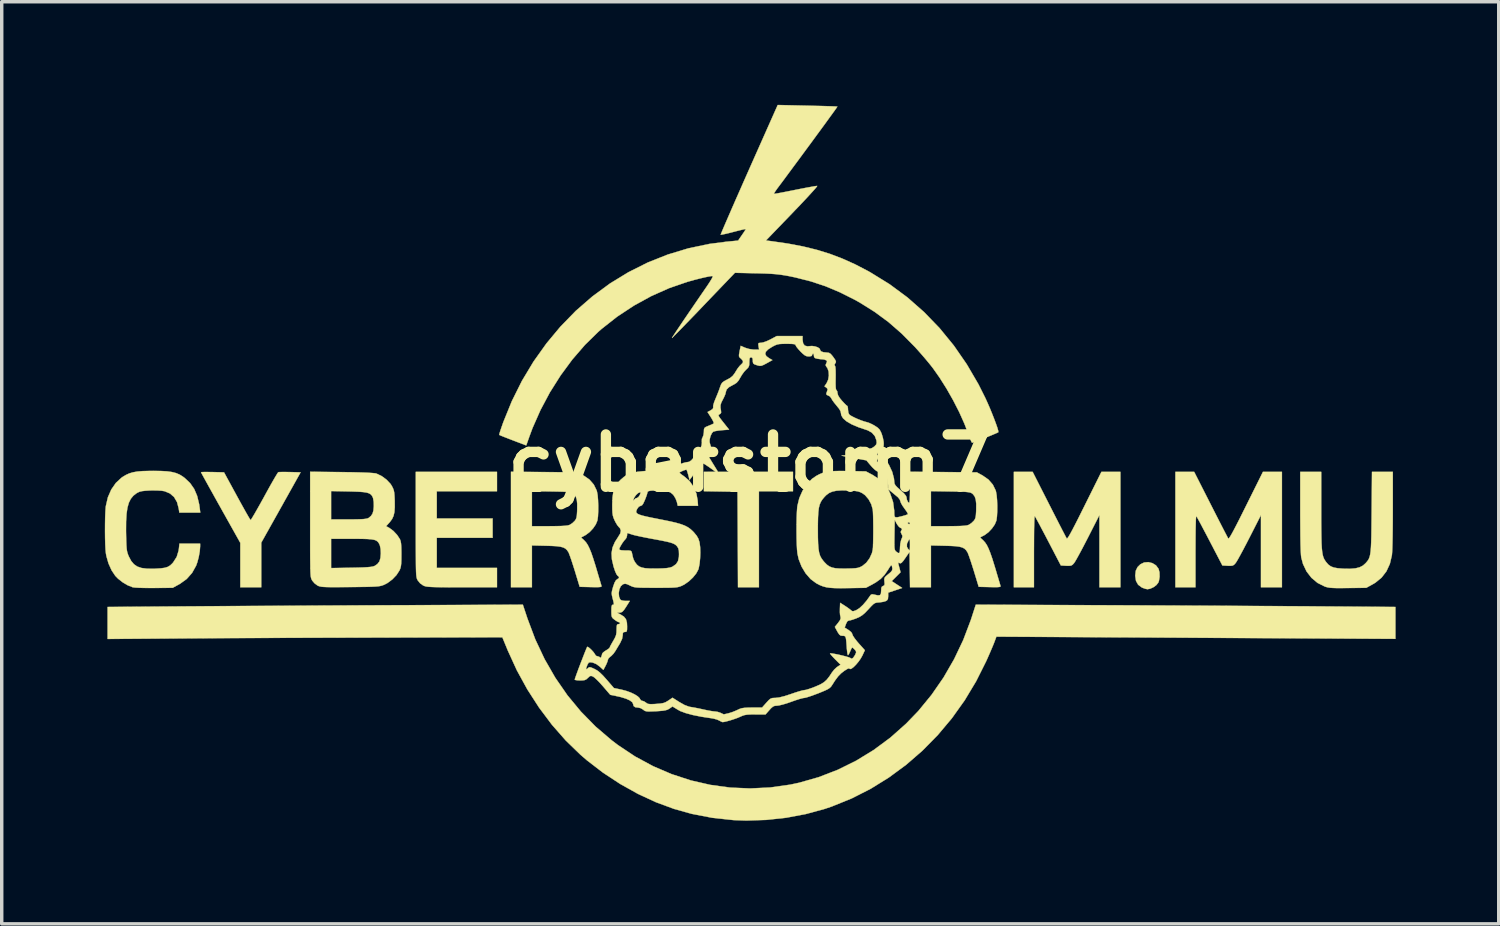
<source format=kicad_pcb>
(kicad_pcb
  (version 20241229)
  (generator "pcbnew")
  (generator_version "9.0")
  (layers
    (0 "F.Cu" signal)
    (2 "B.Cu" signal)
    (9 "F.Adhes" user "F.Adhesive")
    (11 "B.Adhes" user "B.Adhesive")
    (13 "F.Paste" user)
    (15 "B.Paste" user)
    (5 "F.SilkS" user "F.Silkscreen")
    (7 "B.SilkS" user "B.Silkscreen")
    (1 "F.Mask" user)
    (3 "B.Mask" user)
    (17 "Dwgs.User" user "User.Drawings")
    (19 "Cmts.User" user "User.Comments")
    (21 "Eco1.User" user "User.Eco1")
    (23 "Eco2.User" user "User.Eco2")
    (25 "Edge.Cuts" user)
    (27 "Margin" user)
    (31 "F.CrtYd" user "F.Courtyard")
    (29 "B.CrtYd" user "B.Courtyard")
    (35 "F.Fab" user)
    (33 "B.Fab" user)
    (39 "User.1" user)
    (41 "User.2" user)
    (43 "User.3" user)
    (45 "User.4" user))
  (footprint "cyberstorm7"
    (layer "F.Cu")
    (at 18.749 10.423)
    (property "Reference" "cyberstorm7" (at 0 0 0) (layer "F.SilkS") (effects (font (size 1.524 1.524) (thickness 0.3))))
    (attr through_hole)
    (fp_poly (pts (xy 11.727 2.91) (xy 11.83 2.974) (xy 11.903 3.072) (xy 11.906 3.077) (xy 11.932 3.18) (xy 11.935 3.306) (xy 11.916 3.426) (xy 11.898 3.475) (xy 11.842 3.547) (xy 11.755 3.611) (xy 11.657 3.655) (xy 11.582 3.668) (xy 11.52 3.656) (xy 11.44 3.627) (xy 11.413 3.614) (xy 11.311 3.537) (xy 11.249 3.427) (xy 11.227 3.282) (xy 11.227 3.268) (xy 11.243 3.129) (xy 11.295 3.023) (xy 11.377 2.943) (xy 11.487 2.89) (xy 11.608 2.88) (xy 11.727 2.91)) (stroke (width 0.01) (type solid)) (fill yes) (layer "F.SilkS"))
    (fp_poly (pts (xy -7.341 0.818) (xy -9.093 0.818) (xy -9.093 1.609) (xy -7.468 1.609) (xy -7.468 2.173) (xy -9.093 2.173) (xy -9.093 3.048) (xy -7.341 3.048) (xy -7.341 3.612) (xy -8.363 3.612) (xy -8.62 3.612) (xy -8.831 3.611) (xy -9.002 3.609) (xy -9.137 3.607) (xy -9.242 3.603) (xy -9.321 3.598) (xy -9.38 3.592) (xy -9.425 3.583) (xy -9.459 3.572) (xy -9.488 3.559) (xy -9.489 3.559) (xy -9.578 3.495) (xy -9.646 3.411) (xy -9.648 3.408) (xy -9.66 3.385) (xy -9.67 3.362) (xy -9.678 3.331) (xy -9.685 3.29) (xy -9.691 3.233) (xy -9.695 3.156) (xy -9.698 3.053) (xy -9.7 2.921) (xy -9.701 2.754) (xy -9.702 2.548) (xy -9.703 2.297) (xy -9.703 1.998) (xy -9.703 1.782) (xy -9.703 0.254) (xy -7.341 0.254) (xy -7.341 0.818)) (stroke (width 0.01) (type solid)) (fill yes) (layer "F.SilkS"))
    (fp_poly (pts (xy -13.367 0.26) (xy -13.364 0.26) (xy -13.054 0.268) (xy -13.626 1.291) (xy -14.199 2.314) (xy -14.199 3.612) (xy -14.808 3.612) (xy -14.808 2.319) (xy -15.38 1.298) (xy -15.501 1.082) (xy -15.613 0.88) (xy -15.714 0.699) (xy -15.8 0.543) (xy -15.87 0.416) (xy -15.92 0.325) (xy -15.947 0.274) (xy -15.951 0.265) (xy -15.927 0.261) (xy -15.862 0.258) (xy -15.765 0.258) (xy -15.645 0.26) (xy -15.617 0.26) (xy -15.282 0.268) (xy -14.905 0.96) (xy -14.808 1.137) (xy -14.718 1.299) (xy -14.641 1.437) (xy -14.578 1.547) (xy -14.533 1.622) (xy -14.511 1.657) (xy -14.509 1.658) (xy -14.492 1.637) (xy -14.452 1.573) (xy -14.393 1.473) (xy -14.318 1.342) (xy -14.23 1.186) (xy -14.134 1.013) (xy -14.111 0.971) (xy -14.013 0.792) (xy -13.923 0.63) (xy -13.843 0.49) (xy -13.778 0.379) (xy -13.731 0.302) (xy -13.706 0.266) (xy -13.704 0.264) (xy -13.668 0.26) (xy -13.593 0.258) (xy -13.489 0.258) (xy -13.367 0.26)) (stroke (width 0.01) (type solid)) (fill yes) (layer "F.SilkS"))
    (fp_poly (pts (xy 10.795 3.612) (xy 10.185 3.612) (xy 10.185 1.51) (xy 9.849 2.17) (xy 9.756 2.35) (xy 9.668 2.518) (xy 9.588 2.666) (xy 9.522 2.786) (xy 9.472 2.871) (xy 9.444 2.912) (xy 9.401 2.958) (xy 9.359 2.981) (xy 9.3 2.988) (xy 9.219 2.986) (xy 9.063 2.977) (xy 8.696 2.272) (xy 8.601 2.09) (xy 8.513 1.924) (xy 8.437 1.779) (xy 8.374 1.663) (xy 8.33 1.582) (xy 8.306 1.542) (xy 8.305 1.54) (xy 8.298 1.559) (xy 8.292 1.634) (xy 8.288 1.759) (xy 8.284 1.934) (xy 8.282 2.156) (xy 8.281 2.422) (xy 8.28 2.563) (xy 8.28 3.612) (xy 7.696 3.612) (xy 7.696 0.254) (xy 7.969 0.254) (xy 8.242 0.254) (xy 8.723 1.201) (xy 8.831 1.413) (xy 8.932 1.611) (xy 9.023 1.789) (xy 9.101 1.941) (xy 9.164 2.062) (xy 9.208 2.146) (xy 9.23 2.187) (xy 9.231 2.19) (xy 9.243 2.192) (xy 9.263 2.173) (xy 9.294 2.127) (xy 9.337 2.053) (xy 9.395 1.946) (xy 9.47 1.802) (xy 9.564 1.618) (xy 9.678 1.389) (xy 9.751 1.243) (xy 10.243 0.254) (xy 10.795 0.254) (xy 10.795 3.612)) (stroke (width 0.01) (type solid)) (fill yes) (layer "F.SilkS"))
    (fp_poly (pts (xy 15.494 3.612) (xy 14.884 3.612) (xy 14.884 1.51) (xy 14.548 2.17) (xy 14.455 2.35) (xy 14.367 2.518) (xy 14.287 2.666) (xy 14.221 2.786) (xy 14.171 2.871) (xy 14.143 2.912) (xy 14.1 2.958) (xy 14.058 2.981) (xy 13.999 2.988) (xy 13.918 2.986) (xy 13.762 2.977) (xy 13.395 2.272) (xy 13.3 2.09) (xy 13.212 1.924) (xy 13.136 1.779) (xy 13.073 1.663) (xy 13.029 1.582) (xy 13.005 1.542) (xy 13.004 1.54) (xy 12.997 1.559) (xy 12.991 1.634) (xy 12.987 1.759) (xy 12.983 1.934) (xy 12.981 2.156) (xy 12.98 2.422) (xy 12.979 2.563) (xy 12.979 3.612) (xy 12.395 3.612) (xy 12.395 0.254) (xy 12.668 0.254) (xy 12.941 0.254) (xy 13.422 1.201) (xy 13.53 1.413) (xy 13.631 1.611) (xy 13.722 1.789) (xy 13.8 1.941) (xy 13.863 2.062) (xy 13.907 2.146) (xy 13.929 2.187) (xy 13.93 2.19) (xy 13.942 2.192) (xy 13.962 2.173) (xy 13.993 2.127) (xy 14.036 2.053) (xy 14.094 1.946) (xy 14.169 1.802) (xy 14.263 1.618) (xy 14.377 1.389) (xy 14.45 1.243) (xy 14.942 0.254) (xy 15.494 0.254) (xy 15.494 3.612)) (stroke (width 0.01) (type solid)) (fill yes) (layer "F.SilkS"))
    (fp_poly (pts (xy 16.637 1.378) (xy 16.637 1.686) (xy 16.639 1.944) (xy 16.642 2.156) (xy 16.646 2.329) (xy 16.654 2.467) (xy 16.665 2.576) (xy 16.679 2.662) (xy 16.697 2.73) (xy 16.72 2.785) (xy 16.749 2.834) (xy 16.78 2.878) (xy 16.844 2.952) (xy 16.915 3.003) (xy 17.002 3.037) (xy 17.117 3.058) (xy 17.27 3.07) (xy 17.281 3.071) (xy 17.477 3.074) (xy 17.632 3.061) (xy 17.753 3.031) (xy 17.85 2.981) (xy 17.929 2.911) (xy 17.967 2.867) (xy 17.999 2.825) (xy 18.025 2.779) (xy 18.046 2.723) (xy 18.062 2.653) (xy 18.075 2.562) (xy 18.084 2.446) (xy 18.091 2.298) (xy 18.096 2.114) (xy 18.099 1.887) (xy 18.102 1.613) (xy 18.104 1.418) (xy 18.114 0.254) (xy 18.72 0.254) (xy 18.72 1.376) (xy 18.719 1.646) (xy 18.717 1.9) (xy 18.714 2.13) (xy 18.71 2.329) (xy 18.705 2.492) (xy 18.699 2.612) (xy 18.693 2.679) (xy 18.634 2.93) (xy 18.534 3.147) (xy 18.394 3.329) (xy 18.214 3.477) (xy 18.142 3.52) (xy 17.948 3.627) (xy 17.413 3.633) (xy 17.227 3.635) (xy 17.083 3.635) (xy 16.974 3.631) (xy 16.89 3.625) (xy 16.825 3.614) (xy 16.768 3.599) (xy 16.739 3.589) (xy 16.531 3.485) (xy 16.354 3.337) (xy 16.211 3.152) (xy 16.107 2.933) (xy 16.056 2.743) (xy 16.048 2.669) (xy 16.041 2.54) (xy 16.035 2.357) (xy 16.031 2.124) (xy 16.029 1.842) (xy 16.027 1.512) (xy 16.027 1.424) (xy 16.027 0.254) (xy 16.637 0.254) (xy 16.637 1.378)) (stroke (width 0.01) (type solid)) (fill yes) (layer "F.SilkS"))
    (fp_poly (pts (xy -5.962 0.26) (xy -4.99 0.268) (xy -4.82 0.361) (xy -4.651 0.479) (xy -4.525 0.624) (xy -4.443 0.792) (xy -4.432 0.829) (xy -4.413 0.934) (xy -4.401 1.076) (xy -4.395 1.238) (xy -4.396 1.401) (xy -4.403 1.547) (xy -4.418 1.659) (xy -4.422 1.675) (xy -4.468 1.785) (xy -4.548 1.901) (xy -4.649 2.008) (xy -4.757 2.089) (xy -4.778 2.101) (xy -4.896 2.162) (xy -4.803 2.248) (xy -4.749 2.307) (xy -4.699 2.383) (xy -4.65 2.482) (xy -4.597 2.612) (xy -4.54 2.779) (xy -4.473 2.992) (xy -4.444 3.09) (xy -4.399 3.243) (xy -4.359 3.377) (xy -4.327 3.485) (xy -4.306 3.555) (xy -4.299 3.578) (xy -4.304 3.593) (xy -4.336 3.603) (xy -4.401 3.608) (xy -4.506 3.608) (xy -4.611 3.606) (xy -4.935 3.598) (xy -5.077 3.131) (xy -5.127 2.973) (xy -5.174 2.828) (xy -5.216 2.708) (xy -5.248 2.623) (xy -5.264 2.588) (xy -5.305 2.529) (xy -5.352 2.485) (xy -5.414 2.453) (xy -5.497 2.431) (xy -5.611 2.416) (xy -5.761 2.408) (xy -5.899 2.404) (xy -6.325 2.394) (xy -6.325 3.612) (xy -6.934 3.612) (xy -6.934 1.834) (xy -6.325 1.834) (xy -5.816 1.834) (xy -5.619 1.833) (xy -5.468 1.829) (xy -5.356 1.822) (xy -5.278 1.812) (xy -5.228 1.797) (xy -5.225 1.796) (xy -5.149 1.746) (xy -5.081 1.681) (xy -5.08 1.681) (xy -5.049 1.637) (xy -5.029 1.587) (xy -5.017 1.517) (xy -5.01 1.411) (xy -5.008 1.351) (xy -5.007 1.183) (xy -5.02 1.06) (xy -5.05 0.971) (xy -5.1 0.906) (xy -5.127 0.883) (xy -5.155 0.866) (xy -5.192 0.853) (xy -5.245 0.844) (xy -5.322 0.836) (xy -5.429 0.831) (xy -5.573 0.827) (xy -5.759 0.824) (xy -6.325 0.815) (xy -6.325 1.834) (xy -6.934 1.834) (xy -6.934 0.251) (xy -5.962 0.26)) (stroke (width 0.01) (type solid)) (fill yes) (layer "F.SilkS"))
    (fp_poly (pts (xy -17.115 0.229) (xy -16.939 0.239) (xy -16.796 0.259) (xy -16.677 0.29) (xy -16.573 0.334) (xy -16.477 0.394) (xy -16.424 0.434) (xy -16.269 0.581) (xy -16.15 0.751) (xy -16.064 0.953) (xy -16.006 1.194) (xy -15.99 1.305) (xy -15.973 1.439) (xy -16.582 1.439) (xy -16.6 1.319) (xy -16.649 1.134) (xy -16.734 0.988) (xy -16.854 0.883) (xy -17.008 0.818) (xy -17.017 0.816) (xy -17.107 0.802) (xy -17.231 0.795) (xy -17.37 0.794) (xy -17.436 0.795) (xy -17.568 0.803) (xy -17.663 0.814) (xy -17.734 0.83) (xy -17.792 0.856) (xy -17.826 0.875) (xy -17.919 0.947) (xy -17.994 1.038) (xy -18.051 1.152) (xy -18.092 1.297) (xy -18.118 1.478) (xy -18.131 1.7) (xy -18.133 1.971) (xy -18.131 2.075) (xy -18.127 2.253) (xy -18.122 2.386) (xy -18.115 2.483) (xy -18.105 2.556) (xy -18.09 2.616) (xy -18.07 2.673) (xy -18.05 2.719) (xy -17.983 2.846) (xy -17.903 2.941) (xy -17.805 3.009) (xy -17.68 3.051) (xy -17.521 3.071) (xy -17.322 3.072) (xy -17.278 3.071) (xy -17.122 3.061) (xy -17.006 3.045) (xy -16.918 3.018) (xy -16.848 2.976) (xy -16.785 2.916) (xy -16.761 2.888) (xy -16.659 2.729) (xy -16.603 2.545) (xy -16.594 2.482) (xy -16.579 2.342) (xy -15.977 2.342) (xy -15.977 2.422) (xy -15.988 2.563) (xy -16.017 2.727) (xy -16.059 2.886) (xy -16.094 2.983) (xy -16.211 3.193) (xy -16.368 3.37) (xy -16.563 3.511) (xy -16.58 3.52) (xy -16.774 3.627) (xy -17.309 3.632) (xy -17.475 3.632) (xy -17.63 3.63) (xy -17.765 3.626) (xy -17.869 3.62) (xy -17.934 3.612) (xy -17.942 3.61) (xy -18.081 3.555) (xy -18.228 3.469) (xy -18.362 3.364) (xy -18.443 3.282) (xy -18.553 3.117) (xy -18.643 2.917) (xy -18.704 2.704) (xy -18.718 2.625) (xy -18.729 2.515) (xy -18.737 2.361) (xy -18.742 2.179) (xy -18.744 1.979) (xy -18.743 1.777) (xy -18.74 1.585) (xy -18.733 1.417) (xy -18.724 1.286) (xy -18.718 1.242) (xy -18.66 0.993) (xy -18.562 0.769) (xy -18.429 0.577) (xy -18.265 0.425) (xy -18.234 0.403) (xy -18.136 0.344) (xy -18.038 0.299) (xy -17.93 0.267) (xy -17.805 0.245) (xy -17.651 0.232) (xy -17.462 0.227) (xy -17.333 0.226) (xy -17.115 0.229)) (stroke (width 0.01) (type solid)) (fill yes) (layer "F.SilkS"))
    (fp_poly (pts (xy -6.455 4.521) (xy -6.227 5.127) (xy -5.956 5.702) (xy -5.644 6.245) (xy -5.292 6.754) (xy -4.9 7.228) (xy -4.471 7.665) (xy -4.005 8.063) (xy -3.822 8.202) (xy -3.323 8.534) (xy -2.801 8.816) (xy -2.26 9.048) (xy -1.704 9.23) (xy -1.136 9.36) (xy -0.56 9.439) (xy 0.022 9.464) (xy 0.605 9.436) (xy 1.186 9.354) (xy 1.449 9.298) (xy 2.02 9.135) (xy 2.574 8.921) (xy 3.108 8.657) (xy 3.618 8.345) (xy 4.103 7.986) (xy 4.558 7.582) (xy 4.915 7.212) (xy 5.301 6.741) (xy 5.65 6.237) (xy 5.958 5.703) (xy 6.223 5.146) (xy 6.442 4.569) (xy 6.467 4.493) (xy 6.588 4.118) (xy 10.374 4.134) (xy 10.859 4.136) (xy 11.36 4.138) (xy 11.874 4.141) (xy 12.393 4.143) (xy 12.913 4.146) (xy 13.428 4.148) (xy 13.933 4.151) (xy 14.421 4.154) (xy 14.888 4.157) (xy 15.327 4.159) (xy 15.733 4.162) (xy 16.1 4.164) (xy 16.424 4.166) (xy 16.478 4.167) (xy 18.796 4.184) (xy 18.796 5.112) (xy 15.869 5.096) (xy 15.407 5.093) (xy 14.906 5.091) (xy 14.373 5.088) (xy 13.818 5.085) (xy 13.25 5.082) (xy 12.678 5.078) (xy 12.111 5.075) (xy 11.558 5.072) (xy 11.029 5.069) (xy 10.531 5.067) (xy 10.076 5.064) (xy 10.064 5.064) (xy 7.187 5.048) (xy 7.132 5.198) (xy 7.101 5.276) (xy 7.053 5.391) (xy 6.993 5.531) (xy 6.926 5.683) (xy 6.891 5.761) (xy 6.599 6.344) (xy 6.266 6.898) (xy 5.893 7.421) (xy 5.483 7.909) (xy 5.039 8.361) (xy 4.564 8.774) (xy 4.06 9.145) (xy 3.531 9.473) (xy 2.978 9.754) (xy 2.404 9.987) (xy 2.189 10.06) (xy 1.642 10.209) (xy 1.073 10.316) (xy 0.492 10.379) (xy -0.087 10.398) (xy -0.457 10.385) (xy -1.072 10.319) (xy -1.679 10.202) (xy -2.187 10.06) (xy -2.713 9.866) (xy -3.24 9.622) (xy -3.757 9.333) (xy -4.255 9.006) (xy -4.726 8.644) (xy -4.915 8.481) (xy -5.34 8.069) (xy -5.742 7.611) (xy -6.116 7.113) (xy -6.459 6.581) (xy -6.765 6.023) (xy -7.03 5.443) (xy -7.037 5.425) (xy -7.185 5.066) (xy -10.622 5.074) (xy -11.089 5.075) (xy -11.577 5.076) (xy -12.079 5.078) (xy -12.589 5.079) (xy -13.101 5.081) (xy -13.609 5.083) (xy -14.106 5.086) (xy -14.586 5.088) (xy -15.044 5.09) (xy -15.472 5.092) (xy -15.865 5.095) (xy -16.216 5.097) (xy -16.364 5.098) (xy -18.669 5.115) (xy -18.669 4.184) (xy -16.377 4.167) (xy -16.064 4.165) (xy -15.706 4.162) (xy -15.308 4.16) (xy -14.877 4.157) (xy -14.417 4.154) (xy -13.935 4.152) (xy -13.435 4.149) (xy -12.924 4.146) (xy -12.407 4.143) (xy -11.89 4.141) (xy -11.378 4.138) (xy -10.877 4.136) (xy -10.393 4.134) (xy -10.337 4.134) (xy -6.589 4.118) (xy -6.455 4.521)) (stroke (width 0.01) (type solid)) (fill yes) (layer "F.SilkS"))
    (fp_poly (pts (xy -11.855 0.261) (xy -11.56 0.265) (xy -11.315 0.271) (xy -11.12 0.278) (xy -10.976 0.287) (xy -10.882 0.296) (xy -10.845 0.305) (xy -10.691 0.38) (xy -10.551 0.484) (xy -10.44 0.602) (xy -10.402 0.661) (xy -10.367 0.729) (xy -10.344 0.79) (xy -10.33 0.861) (xy -10.322 0.957) (xy -10.316 1.093) (xy -10.316 1.097) (xy -10.315 1.283) (xy -10.325 1.425) (xy -10.351 1.536) (xy -10.394 1.628) (xy -10.457 1.713) (xy -10.466 1.723) (xy -10.566 1.834) (xy -10.469 1.888) (xy -10.353 1.975) (xy -10.244 2.093) (xy -10.164 2.215) (xy -10.145 2.267) (xy -10.132 2.338) (xy -10.125 2.44) (xy -10.122 2.583) (xy -10.122 2.653) (xy -10.123 2.806) (xy -10.127 2.916) (xy -10.136 2.995) (xy -10.15 3.056) (xy -10.173 3.111) (xy -10.178 3.122) (xy -10.264 3.255) (xy -10.384 3.381) (xy -10.524 3.486) (xy -10.613 3.533) (xy -10.654 3.55) (xy -10.695 3.564) (xy -10.742 3.575) (xy -10.8 3.584) (xy -10.876 3.59) (xy -10.975 3.595) (xy -11.104 3.599) (xy -11.269 3.601) (xy -11.475 3.604) (xy -11.608 3.605) (xy -11.84 3.607) (xy -12.027 3.608) (xy -12.175 3.608) (xy -12.289 3.606) (xy -12.375 3.602) (xy -12.439 3.597) (xy -12.487 3.588) (xy -12.523 3.578) (xy -12.555 3.564) (xy -12.563 3.56) (xy -12.648 3.497) (xy -12.717 3.416) (xy -12.721 3.408) (xy -12.733 3.385) (xy -12.743 3.362) (xy -12.752 3.331) (xy -12.759 3.29) (xy -12.764 3.233) (xy -12.768 3.156) (xy -12.771 3.054) (xy -12.773 2.921) (xy -12.775 2.754) (xy -12.776 2.548) (xy -12.776 2.298) (xy -12.776 2.201) (xy -12.167 2.201) (xy -12.167 3.053) (xy -11.576 3.043) (xy -11.377 3.039) (xy -11.222 3.034) (xy -11.105 3.027) (xy -11.018 3.019) (xy -10.955 3.008) (xy -10.909 2.994) (xy -10.892 2.986) (xy -10.817 2.932) (xy -10.762 2.861) (xy -10.759 2.854) (xy -10.731 2.755) (xy -10.72 2.627) (xy -10.726 2.497) (xy -10.749 2.39) (xy -10.757 2.37) (xy -10.783 2.32) (xy -10.814 2.282) (xy -10.855 2.252) (xy -10.912 2.231) (xy -10.993 2.217) (xy -11.102 2.208) (xy -11.247 2.203) (xy -11.433 2.202) (xy -11.556 2.201) (xy -12.167 2.201) (xy -12.776 2.201) (xy -12.776 1.999) (xy -12.776 1.78) (xy -12.776 1.637) (xy -12.167 1.637) (xy -11.657 1.637) (xy -11.473 1.636) (xy -11.332 1.633) (xy -11.228 1.628) (xy -11.154 1.619) (xy -11.103 1.607) (xy -11.074 1.594) (xy -11.007 1.537) (xy -10.961 1.468) (xy -10.935 1.376) (xy -10.924 1.254) (xy -10.927 1.129) (xy -10.945 1.023) (xy -10.952 1.001) (xy -10.978 0.949) (xy -11.013 0.909) (xy -11.062 0.879) (xy -11.132 0.857) (xy -11.23 0.842) (xy -11.363 0.832) (xy -11.536 0.826) (xy -11.652 0.823) (xy -12.167 0.813) (xy -12.167 1.637) (xy -12.776 1.637) (xy -12.776 0.251) (xy -11.855 0.261)) (stroke (width 0.01) (type solid)) (fill yes) (layer "F.SilkS"))
    (fp_poly (pts (xy 1.689 -10.399) (xy 1.893 -10.394) (xy 2.081 -10.39) (xy 2.245 -10.385) (xy 2.382 -10.381) (xy 2.483 -10.377) (xy 2.545 -10.374) (xy 2.561 -10.372) (xy 2.546 -10.349) (xy 2.503 -10.287) (xy 2.433 -10.19) (xy 2.34 -10.062) (xy 2.227 -9.906) (xy 2.097 -9.728) (xy 1.952 -9.531) (xy 1.797 -9.319) (xy 1.633 -9.097) (xy 1.465 -8.868) (xy 1.294 -8.638) (xy 1.125 -8.409) (xy 0.96 -8.186) (xy 0.805 -7.979) (xy 0.755 -7.907) (xy 0.722 -7.855) (xy 0.714 -7.834) (xy 0.741 -7.836) (xy 0.811 -7.847) (xy 0.916 -7.866) (xy 1.051 -7.892) (xy 1.208 -7.923) (xy 1.333 -7.948) (xy 1.504 -7.982) (xy 1.659 -8.012) (xy 1.791 -8.036) (xy 1.893 -8.054) (xy 1.957 -8.063) (xy 1.975 -8.065) (xy 1.964 -8.044) (xy 1.92 -7.99) (xy 1.845 -7.906) (xy 1.744 -7.795) (xy 1.621 -7.662) (xy 1.479 -7.511) (xy 1.321 -7.347) (xy 1.245 -7.267) (xy 0.483 -6.477) (xy 0.654 -6.455) (xy 1.128 -6.386) (xy 1.561 -6.304) (xy 1.964 -6.205) (xy 2.344 -6.088) (xy 2.711 -5.948) (xy 3.076 -5.784) (xy 3.447 -5.591) (xy 3.529 -5.545) (xy 4.081 -5.204) (xy 4.6 -4.82) (xy 5.084 -4.394) (xy 5.534 -3.928) (xy 5.948 -3.422) (xy 6.325 -2.877) (xy 6.665 -2.295) (xy 6.864 -1.898) (xy 6.93 -1.753) (xy 6.998 -1.597) (xy 7.063 -1.438) (xy 7.123 -1.285) (xy 7.175 -1.146) (xy 7.215 -1.031) (xy 7.239 -0.947) (xy 7.245 -0.903) (xy 7.244 -0.899) (xy 7.215 -0.884) (xy 7.149 -0.855) (xy 7.055 -0.815) (xy 6.944 -0.77) (xy 6.825 -0.722) (xy 6.71 -0.677) (xy 6.608 -0.637) (xy 6.53 -0.608) (xy 6.485 -0.594) (xy 6.479 -0.593) (xy 6.463 -0.617) (xy 6.434 -0.683) (xy 6.397 -0.779) (xy 6.378 -0.834) (xy 6.257 -1.148) (xy 6.106 -1.485) (xy 5.929 -1.83) (xy 5.736 -2.17) (xy 5.533 -2.491) (xy 5.339 -2.766) (xy 5.249 -2.88) (xy 5.134 -3.019) (xy 5.005 -3.169) (xy 4.876 -3.315) (xy 4.81 -3.387) (xy 4.433 -3.768) (xy 4.05 -4.102) (xy 3.648 -4.399) (xy 3.217 -4.669) (xy 3.061 -4.756) (xy 2.635 -4.97) (xy 2.217 -5.146) (xy 1.789 -5.288) (xy 1.336 -5.403) (xy 1.168 -5.438) (xy 1.032 -5.463) (xy 0.905 -5.482) (xy 0.776 -5.497) (xy 0.634 -5.508) (xy 0.467 -5.516) (xy 0.265 -5.522) (xy 0.191 -5.523) (xy -0.419 -5.537) (xy -1.328 -4.589) (xy -1.507 -4.401) (xy -1.676 -4.226) (xy -1.83 -4.067) (xy -1.965 -3.928) (xy -2.078 -3.812) (xy -2.166 -3.723) (xy -2.224 -3.665) (xy -2.249 -3.641) (xy -2.25 -3.641) (xy -2.238 -3.663) (xy -2.197 -3.728) (xy -2.126 -3.835) (xy -2.028 -3.981) (xy -1.903 -4.167) (xy -1.752 -4.389) (xy -1.576 -4.646) (xy -1.376 -4.938) (xy -1.211 -5.178) (xy -1.145 -5.279) (xy -1.094 -5.363) (xy -1.066 -5.42) (xy -1.064 -5.441) (xy -1.105 -5.441) (xy -1.187 -5.428) (xy -1.302 -5.404) (xy -1.441 -5.371) (xy -1.597 -5.331) (xy -1.762 -5.285) (xy -1.802 -5.274) (xy -2.328 -5.093) (xy -2.85 -4.861) (xy -3.357 -4.583) (xy -3.842 -4.263) (xy -4.296 -3.906) (xy -4.394 -3.82) (xy -4.782 -3.44) (xy -5.15 -3.014) (xy -5.491 -2.551) (xy -5.802 -2.059) (xy -6.075 -1.546) (xy -6.307 -1.021) (xy -6.394 -0.787) (xy -6.49 -0.515) (xy -6.878 -0.663) (xy -7.01 -0.714) (xy -7.123 -0.758) (xy -7.211 -0.793) (xy -7.264 -0.816) (xy -7.276 -0.822) (xy -7.271 -0.851) (xy -7.25 -0.922) (xy -7.215 -1.026) (xy -7.171 -1.153) (xy -7.154 -1.2) (xy -6.907 -1.807) (xy -6.615 -2.393) (xy -6.278 -2.954) (xy -5.899 -3.486) (xy -5.499 -3.966) (xy -5.047 -4.431) (xy -4.563 -4.851) (xy -4.052 -5.227) (xy -3.515 -5.555) (xy -2.955 -5.836) (xy -2.374 -6.067) (xy -1.776 -6.248) (xy -1.163 -6.377) (xy -0.677 -6.44) (xy -0.326 -6.474) (xy -0.214 -6.636) (xy -0.159 -6.716) (xy -0.119 -6.778) (xy -0.102 -6.809) (xy -0.102 -6.81) (xy -0.125 -6.808) (xy -0.189 -6.795) (xy -0.285 -6.772) (xy -0.404 -6.742) (xy -0.461 -6.727) (xy -0.589 -6.694) (xy -0.699 -6.668) (xy -0.781 -6.651) (xy -0.826 -6.644) (xy -0.833 -6.645) (xy -0.824 -6.672) (xy -0.794 -6.745) (xy -0.745 -6.861) (xy -0.678 -7.016) (xy -0.596 -7.205) (xy -0.5 -7.426) (xy -0.392 -7.673) (xy -0.273 -7.942) (xy -0.146 -8.231) (xy -0.011 -8.535) (xy -0.01 -8.538) (xy 0.826 -10.418) (xy 1.689 -10.399)) (stroke (width 0.01) (type solid)) (fill yes) (layer "F.SilkS"))
    (fp_poly (pts (xy 1.549 -3.589) (xy 1.566 -3.481) (xy 1.614 -3.417) (xy 1.694 -3.397) (xy 1.738 -3.402) (xy 1.824 -3.408) (xy 1.912 -3.395) (xy 1.99 -3.369) (xy 2.043 -3.333) (xy 2.057 -3.302) (xy 2.081 -3.255) (xy 2.151 -3.227) (xy 2.261 -3.216) (xy 2.318 -3.208) (xy 2.367 -3.177) (xy 2.422 -3.113) (xy 2.444 -3.083) (xy 2.496 -3.008) (xy 2.518 -2.962) (xy 2.516 -2.929) (xy 2.499 -2.904) (xy 2.476 -2.859) (xy 2.489 -2.836) (xy 2.503 -2.8) (xy 2.51 -2.711) (xy 2.512 -2.569) (xy 2.511 -2.476) (xy 2.509 -2.318) (xy 2.512 -2.211) (xy 2.52 -2.148) (xy 2.534 -2.124) (xy 2.535 -2.123) (xy 2.557 -2.09) (xy 2.565 -2.036) (xy 2.582 -1.971) (xy 2.634 -1.888) (xy 2.696 -1.813) (xy 2.763 -1.741) (xy 2.816 -1.688) (xy 2.847 -1.665) (xy 2.849 -1.665) (xy 2.862 -1.64) (xy 2.87 -1.578) (xy 2.87 -1.556) (xy 2.881 -1.466) (xy 2.911 -1.409) (xy 2.964 -1.374) (xy 3.05 -1.329) (xy 3.154 -1.282) (xy 3.261 -1.24) (xy 3.355 -1.208) (xy 3.403 -1.196) (xy 3.478 -1.173) (xy 3.573 -1.13) (xy 3.648 -1.088) (xy 3.734 -1.031) (xy 3.788 -0.977) (xy 3.827 -0.907) (xy 3.853 -0.844) (xy 3.885 -0.736) (xy 3.906 -0.627) (xy 3.91 -0.574) (xy 3.906 -0.498) (xy 3.884 -0.443) (xy 3.834 -0.388) (xy 3.81 -0.367) (xy 3.738 -0.296) (xy 3.711 -0.249) (xy 3.729 -0.227) (xy 3.747 -0.226) (xy 3.78 -0.212) (xy 3.785 -0.201) (xy 3.767 -0.164) (xy 3.747 -0.141) (xy 3.715 -0.094) (xy 3.711 -0.05) (xy 3.736 -0.028) (xy 3.739 -0.028) (xy 3.775 -0.046) (xy 3.828 -0.091) (xy 3.84 -0.104) (xy 3.887 -0.149) (xy 3.917 -0.168) (xy 3.92 -0.167) (xy 4.06 0.047) (xy 4.157 0.255) (xy 4.208 0.45) (xy 4.217 0.55) (xy 4.224 0.598) (xy 4.249 0.644) (xy 4.299 0.7) (xy 4.383 0.774) (xy 4.395 0.785) (xy 4.496 0.877) (xy 4.555 0.949) (xy 4.572 0.991) (xy 4.583 1.061) (xy 4.61 1.123) (xy 4.643 1.156) (xy 4.649 1.157) (xy 4.658 1.13) (xy 4.666 1.053) (xy 4.671 0.932) (xy 4.673 0.774) (xy 4.674 0.704) (xy 4.674 0.251) (xy 5.646 0.26) (xy 6.618 0.268) (xy 6.788 0.361) (xy 6.957 0.479) (xy 7.083 0.624) (xy 7.165 0.792) (xy 7.176 0.829) (xy 7.194 0.934) (xy 7.207 1.076) (xy 7.213 1.238) (xy 7.212 1.401) (xy 7.204 1.547) (xy 7.19 1.659) (xy 7.186 1.675) (xy 7.14 1.785) (xy 7.059 1.901) (xy 6.959 2.008) (xy 6.851 2.089) (xy 6.829 2.101) (xy 6.712 2.162) (xy 6.805 2.248) (xy 6.858 2.307) (xy 6.909 2.383) (xy 6.958 2.482) (xy 7.01 2.612) (xy 7.068 2.779) (xy 7.134 2.992) (xy 7.164 3.09) (xy 7.209 3.243) (xy 7.249 3.377) (xy 7.281 3.485) (xy 7.302 3.555) (xy 7.309 3.578) (xy 7.304 3.593) (xy 7.272 3.603) (xy 7.207 3.608) (xy 7.102 3.608) (xy 6.997 3.606) (xy 6.673 3.598) (xy 6.531 3.131) (xy 6.481 2.973) (xy 6.434 2.828) (xy 6.392 2.708) (xy 6.36 2.623) (xy 6.343 2.588) (xy 6.303 2.529) (xy 6.256 2.485) (xy 6.194 2.453) (xy 6.111 2.431) (xy 5.997 2.416) (xy 5.846 2.408) (xy 5.709 2.404) (xy 5.283 2.394) (xy 5.283 3.612) (xy 4.675 3.612) (xy 4.668 3.097) (xy 4.661 2.582) (xy 4.539 2.759) (xy 4.475 2.848) (xy 4.431 2.897) (xy 4.4 2.915) (xy 4.371 2.908) (xy 4.369 2.907) (xy 4.342 2.894) (xy 4.333 2.903) (xy 4.339 2.946) (xy 4.36 3.027) (xy 4.4 3.175) (xy 4.142 3.432) (xy 4.294 3.532) (xy 4.447 3.632) (xy 4.243 3.7) (xy 4.039 3.768) (xy 4.039 3.874) (xy 4.032 3.95) (xy 4.005 3.992) (xy 3.969 4.013) (xy 3.901 4.034) (xy 3.811 4.048) (xy 3.769 4.052) (xy 3.707 4.057) (xy 3.658 4.071) (xy 3.61 4.101) (xy 3.553 4.156) (xy 3.472 4.243) (xy 3.464 4.252) (xy 3.368 4.353) (xy 3.288 4.422) (xy 3.207 4.473) (xy 3.111 4.516) (xy 3.019 4.549) (xy 2.941 4.572) (xy 2.894 4.58) (xy 2.892 4.58) (xy 2.851 4.601) (xy 2.813 4.676) (xy 2.812 4.679) (xy 2.774 4.784) (xy 2.885 4.854) (xy 2.964 4.916) (xy 2.996 4.972) (xy 2.997 4.981) (xy 3.015 5.024) (xy 3.062 5.096) (xy 3.131 5.184) (xy 3.179 5.24) (xy 3.361 5.443) (xy 3.287 5.601) (xy 3.237 5.689) (xy 3.173 5.78) (xy 3.102 5.864) (xy 3.033 5.933) (xy 2.973 5.978) (xy 2.932 5.991) (xy 2.921 5.983) (xy 2.898 5.97) (xy 2.854 5.986) (xy 2.779 6.032) (xy 2.758 6.046) (xy 2.665 6.119) (xy 2.582 6.205) (xy 2.498 6.317) (xy 2.404 6.463) (xy 2.375 6.505) (xy 2.338 6.54) (xy 2.285 6.575) (xy 2.207 6.613) (xy 2.095 6.66) (xy 2.004 6.697) (xy 1.875 6.745) (xy 1.758 6.786) (xy 1.664 6.816) (xy 1.603 6.83) (xy 1.593 6.83) (xy 1.543 6.839) (xy 1.456 6.863) (xy 1.346 6.898) (xy 1.223 6.941) (xy 1.219 6.943) (xy 1.092 6.987) (xy 0.971 7.023) (xy 0.871 7.047) (xy 0.806 7.056) (xy 0.739 7.061) (xy 0.687 7.083) (xy 0.63 7.132) (xy 0.584 7.183) (xy 0.472 7.31) (xy 0.173 7.31) (xy 0.037 7.311) (xy -0.062 7.317) (xy -0.137 7.329) (xy -0.202 7.35) (xy -0.263 7.377) (xy -0.34 7.41) (xy -0.441 7.446) (xy -0.55 7.481) (xy -0.653 7.51) (xy -0.736 7.529) (xy -0.78 7.534) (xy -0.814 7.521) (xy -0.871 7.491) (xy -0.876 7.488) (xy -0.943 7.459) (xy -1.037 7.433) (xy -1.104 7.421) (xy -1.396 7.377) (xy -1.645 7.327) (xy -1.849 7.272) (xy -2.006 7.214) (xy -2.076 7.176) (xy -2.235 7.079) (xy -2.325 7.141) (xy -2.373 7.169) (xy -2.431 7.188) (xy -2.51 7.202) (xy -2.621 7.212) (xy -2.716 7.218) (xy -2.846 7.223) (xy -2.935 7.225) (xy -2.996 7.22) (xy -3.037 7.208) (xy -3.07 7.187) (xy -3.087 7.172) (xy -3.156 7.13) (xy -3.226 7.112) (xy -3.227 7.112) (xy -3.318 7.101) (xy -3.366 7.066) (xy -3.378 7.016) (xy -3.403 6.958) (xy -3.475 6.903) (xy -3.59 6.851) (xy -3.744 6.804) (xy -3.824 6.786) (xy -4.045 6.74) (xy -4.258 6.492) (xy -4.348 6.391) (xy -4.433 6.304) (xy -4.504 6.239) (xy -4.548 6.208) (xy -4.603 6.189) (xy -4.643 6.199) (xy -4.692 6.244) (xy -4.695 6.247) (xy -4.743 6.29) (xy -4.795 6.313) (xy -4.87 6.321) (xy -4.923 6.322) (xy -5.004 6.318) (xy -5.061 6.309) (xy -5.08 6.297) (xy -5.07 6.264) (xy -5.044 6.189) (xy -5.006 6.083) (xy -4.971 5.991) (xy -4.748 5.991) (xy -4.727 5.993) (xy -4.7 5.97) (xy -4.67 5.944) (xy -4.639 5.936) (xy -4.592 5.949) (xy -4.515 5.983) (xy -4.508 5.986) (xy -4.428 6.03) (xy -4.347 6.093) (xy -4.255 6.183) (xy -4.152 6.298) (xy -3.939 6.544) (xy -3.718 6.59) (xy -3.582 6.626) (xy -3.451 6.673) (xy -3.336 6.728) (xy -3.247 6.784) (xy -3.192 6.837) (xy -3.182 6.86) (xy -3.149 6.905) (xy -3.119 6.914) (xy -3.063 6.931) (xy -3.008 6.967) (xy -2.973 6.993) (xy -2.929 7.007) (xy -2.864 7.012) (xy -2.767 7.009) (xy -2.712 7.005) (xy -2.592 6.995) (xy -2.506 6.981) (xy -2.439 6.957) (xy -2.374 6.919) (xy -2.356 6.908) (xy -2.235 6.825) (xy -2.038 6.95) (xy -1.884 7.037) (xy -1.752 7.086) (xy -1.702 7.095) (xy -1.612 7.11) (xy -1.493 7.133) (xy -1.367 7.16) (xy -1.323 7.17) (xy -1.209 7.194) (xy -1.104 7.213) (xy -1.026 7.224) (xy -1.002 7.225) (xy -0.92 7.237) (xy -0.836 7.265) (xy -0.835 7.266) (xy -0.778 7.293) (xy -0.746 7.308) (xy -0.744 7.308) (xy -0.719 7.304) (xy -0.659 7.29) (xy -0.607 7.278) (xy -0.502 7.246) (xy -0.39 7.201) (xy -0.345 7.18) (xy -0.281 7.15) (xy -0.218 7.13) (xy -0.142 7.119) (xy -0.041 7.113) (xy 0.077 7.112) (xy 0.37 7.112) (xy 0.495 6.971) (xy 0.564 6.896) (xy 0.615 6.854) (xy 0.664 6.835) (xy 0.73 6.83) (xy 0.758 6.83) (xy 0.871 6.817) (xy 1.026 6.778) (xy 1.213 6.717) (xy 1.338 6.674) (xy 1.451 6.639) (xy 1.541 6.614) (xy 1.596 6.604) (xy 1.6 6.604) (xy 1.652 6.595) (xy 1.738 6.569) (xy 1.845 6.532) (xy 1.92 6.502) (xy 2.06 6.441) (xy 2.165 6.379) (xy 2.25 6.304) (xy 2.33 6.203) (xy 2.404 6.09) (xy 2.468 6.008) (xy 2.545 5.936) (xy 2.562 5.925) (xy 2.654 5.864) (xy 2.489 5.699) (xy 2.419 5.626) (xy 2.369 5.569) (xy 2.348 5.537) (xy 2.349 5.533) (xy 2.408 5.537) (xy 2.495 5.552) (xy 2.6 5.573) (xy 2.708 5.598) (xy 2.809 5.624) (xy 2.89 5.648) (xy 2.939 5.668) (xy 2.947 5.674) (xy 2.979 5.691) (xy 3.022 5.662) (xy 3.07 5.591) (xy 3.087 5.559) (xy 3.108 5.501) (xy 3.096 5.46) (xy 3.064 5.422) (xy 3.02 5.38) (xy 2.993 5.362) (xy 2.993 5.362) (xy 2.975 5.385) (xy 2.947 5.444) (xy 2.934 5.475) (xy 2.902 5.544) (xy 2.876 5.584) (xy 2.869 5.588) (xy 2.858 5.562) (xy 2.847 5.492) (xy 2.836 5.392) (xy 2.833 5.341) (xy 2.823 5.204) (xy 2.813 5.113) (xy 2.8 5.06) (xy 2.779 5.033) (xy 2.748 5.024) (xy 2.712 5.024) (xy 2.658 5.017) (xy 2.618 4.988) (xy 2.575 4.924) (xy 2.558 4.894) (xy 2.488 4.764) (xy 2.58 4.651) (xy 2.636 4.573) (xy 2.657 4.516) (xy 2.654 4.477) (xy 2.64 4.415) (xy 2.634 4.341) (xy 2.635 4.237) (xy 2.637 4.183) (xy 2.642 4.063) (xy 2.774 4.147) (xy 2.855 4.201) (xy 2.923 4.251) (xy 2.955 4.277) (xy 2.989 4.304) (xy 3.025 4.308) (xy 3.081 4.29) (xy 3.112 4.277) (xy 3.204 4.219) (xy 3.308 4.122) (xy 3.415 3.997) (xy 3.496 3.883) (xy 3.534 3.831) (xy 3.572 3.814) (xy 3.631 3.824) (xy 3.648 3.828) (xy 3.742 3.848) (xy 3.8 3.84) (xy 3.828 3.798) (xy 3.835 3.718) (xy 3.835 3.712) (xy 3.84 3.632) (xy 3.858 3.592) (xy 3.89 3.575) (xy 3.924 3.557) (xy 3.936 3.52) (xy 3.93 3.445) (xy 3.93 3.445) (xy 3.925 3.38) (xy 3.935 3.335) (xy 3.968 3.294) (xy 4.033 3.238) (xy 4.041 3.232) (xy 4.115 3.169) (xy 4.153 3.121) (xy 4.162 3.07) (xy 4.15 3.002) (xy 4.15 3) (xy 4.139 2.973) (xy 4.122 2.975) (xy 4.091 3.013) (xy 4.041 3.093) (xy 4.034 3.105) (xy 3.934 3.25) (xy 3.822 3.367) (xy 3.682 3.468) (xy 3.565 3.535) (xy 3.391 3.627) (xy 2.865 3.636) (xy 2.655 3.638) (xy 2.486 3.636) (xy 2.35 3.627) (xy 2.239 3.611) (xy 2.143 3.585) (xy 2.053 3.55) (xy 1.961 3.502) (xy 1.946 3.494) (xy 1.782 3.372) (xy 1.638 3.206) (xy 1.52 3.009) (xy 1.435 2.792) (xy 1.399 2.625) (xy 1.388 2.515) (xy 1.38 2.361) (xy 1.375 2.179) (xy 1.373 1.979) (xy 1.373 1.933) (xy 1.994 1.933) (xy 1.995 2.163) (xy 2.001 2.346) (xy 2.012 2.489) (xy 2.03 2.601) (xy 2.057 2.691) (xy 2.096 2.767) (xy 2.147 2.837) (xy 2.186 2.883) (xy 2.255 2.953) (xy 2.325 3.003) (xy 2.405 3.037) (xy 2.504 3.058) (xy 2.633 3.067) (xy 2.801 3.068) (xy 2.846 3.067) (xy 2.983 3.064) (xy 3.082 3.058) (xy 3.155 3.047) (xy 3.213 3.029) (xy 3.27 3.001) (xy 3.29 2.99) (xy 3.403 2.898) (xy 3.499 2.768) (xy 3.567 2.618) (xy 3.59 2.519) (xy 3.597 2.447) (xy 3.599 2.372) (xy 4.219 2.372) (xy 4.222 2.453) (xy 4.229 2.505) (xy 4.241 2.538) (xy 4.258 2.561) (xy 4.273 2.574) (xy 4.328 2.614) (xy 4.361 2.614) (xy 4.378 2.568) (xy 4.383 2.473) (xy 4.383 2.462) (xy 4.385 2.432) (xy 4.584 2.432) (xy 4.611 2.485) (xy 4.647 2.526) (xy 4.665 2.54) (xy 4.669 2.514) (xy 4.672 2.447) (xy 4.673 2.364) (xy 4.671 2.269) (xy 4.666 2.223) (xy 4.655 2.217) (xy 4.635 2.241) (xy 4.634 2.244) (xy 4.586 2.344) (xy 4.584 2.432) (xy 4.385 2.432) (xy 4.392 2.343) (xy 4.415 2.241) (xy 4.426 2.213) (xy 4.452 2.149) (xy 4.451 2.106) (xy 4.428 2.062) (xy 4.403 2.005) (xy 4.417 1.968) (xy 4.443 1.922) (xy 4.422 1.893) (xy 4.395 1.883) (xy 4.352 1.851) (xy 4.339 1.834) (xy 5.283 1.834) (xy 5.792 1.834) (xy 5.989 1.833) (xy 6.14 1.829) (xy 6.252 1.822) (xy 6.33 1.812) (xy 6.38 1.797) (xy 6.383 1.796) (xy 6.459 1.746) (xy 6.527 1.681) (xy 6.528 1.681) (xy 6.559 1.637) (xy 6.579 1.587) (xy 6.591 1.517) (xy 6.598 1.411) (xy 6.6 1.351) (xy 6.601 1.183) (xy 6.587 1.06) (xy 6.557 0.971) (xy 6.508 0.906) (xy 6.481 0.883) (xy 6.453 0.866) (xy 6.416 0.853) (xy 6.362 0.844) (xy 6.286 0.836) (xy 6.179 0.831) (xy 6.034 0.827) (xy 5.848 0.824) (xy 5.283 0.815) (xy 5.283 1.834) (xy 4.339 1.834) (xy 4.303 1.787) (xy 4.287 1.76) (xy 4.274 1.735) (xy 4.608 1.735) (xy 4.61 1.75) (xy 4.643 1.777) (xy 4.65 1.778) (xy 4.673 1.756) (xy 4.674 1.75) (xy 4.653 1.725) (xy 4.634 1.722) (xy 4.608 1.735) (xy 4.274 1.735) (xy 4.229 1.651) (xy 4.222 2.088) (xy 4.22 2.254) (xy 4.219 2.372) (xy 3.599 2.372) (xy 3.601 2.331) (xy 3.604 2.184) (xy 3.606 2.018) (xy 3.606 1.845) (xy 3.604 1.679) (xy 3.601 1.533) (xy 3.596 1.417) (xy 3.59 1.347) (xy 3.547 1.196) (xy 3.47 1.052) (xy 3.369 0.934) (xy 3.293 0.878) (xy 3.228 0.845) (xy 3.161 0.823) (xy 3.077 0.809) (xy 2.965 0.8) (xy 2.886 0.796) (xy 2.692 0.792) (xy 2.539 0.802) (xy 2.418 0.827) (xy 2.319 0.87) (xy 2.234 0.934) (xy 2.186 0.984) (xy 2.126 1.055) (xy 2.08 1.127) (xy 2.046 1.207) (xy 2.022 1.304) (xy 2.007 1.427) (xy 1.998 1.583) (xy 1.994 1.783) (xy 1.994 1.933) (xy 1.373 1.933) (xy 1.374 1.777) (xy 1.377 1.585) (xy 1.384 1.417) (xy 1.393 1.286) (xy 1.399 1.242) (xy 1.454 1.017) (xy 1.548 0.804) (xy 1.581 0.754) (xy 4.037 0.754) (xy 4.1 0.893) (xy 4.181 1.131) (xy 4.215 1.381) (xy 4.216 1.432) (xy 4.218 1.511) (xy 4.229 1.558) (xy 4.259 1.577) (xy 4.316 1.574) (xy 4.411 1.552) (xy 4.453 1.541) (xy 4.534 1.518) (xy 4.593 1.497) (xy 4.614 1.486) (xy 4.606 1.459) (xy 4.572 1.401) (xy 4.517 1.325) (xy 4.512 1.318) (xy 4.453 1.234) (xy 4.411 1.159) (xy 4.394 1.109) (xy 4.394 1.108) (xy 4.374 1.055) (xy 4.324 0.993) (xy 4.305 0.977) (xy 4.223 0.909) (xy 4.138 0.838) (xy 4.127 0.829) (xy 4.037 0.754) (xy 1.581 0.754) (xy 1.673 0.614) (xy 1.823 0.458) (xy 1.946 0.373) (xy 2.039 0.323) (xy 2.129 0.286) (xy 2.223 0.259) (xy 2.332 0.241) (xy 2.463 0.232) (xy 2.626 0.228) (xy 2.83 0.23) (xy 2.865 0.23) (xy 3.391 0.24) (xy 3.589 0.345) (xy 3.779 0.468) (xy 3.912 0.594) (xy 4.039 0.738) (xy 4.038 0.644) (xy 4.021 0.488) (xy 3.975 0.326) (xy 3.931 0.231) (xy 3.88 0.138) (xy 3.82 0.201) (xy 3.773 0.242) (xy 3.734 0.245) (xy 3.695 0.225) (xy 3.643 0.184) (xy 3.574 0.117) (xy 3.518 0.053) (xy 3.406 -0.08) (xy 3.043 -0.148) (xy 2.68 -0.216) (xy 3.031 -0.254) (xy 3.171 -0.271) (xy 3.268 -0.284) (xy 3.329 -0.297) (xy 3.361 -0.311) (xy 3.371 -0.328) (xy 3.37 -0.342) (xy 3.382 -0.386) (xy 3.438 -0.414) (xy 3.518 -0.423) (xy 3.571 -0.44) (xy 3.635 -0.482) (xy 3.642 -0.489) (xy 3.69 -0.539) (xy 3.705 -0.588) (xy 3.698 -0.662) (xy 3.652 -0.786) (xy 3.566 -0.886) (xy 3.448 -0.953) (xy 3.427 -0.96) (xy 3.179 -1.043) (xy 2.979 -1.128) (xy 2.828 -1.216) (xy 2.726 -1.305) (xy 2.674 -1.396) (xy 2.667 -1.444) (xy 2.655 -1.506) (xy 2.614 -1.579) (xy 2.538 -1.673) (xy 2.471 -1.755) (xy 2.416 -1.83) (xy 2.387 -1.882) (xy 2.387 -1.883) (xy 2.346 -1.938) (xy 2.3 -1.964) (xy 2.249 -1.987) (xy 2.239 -2.027) (xy 2.264 -2.096) (xy 2.279 -2.147) (xy 2.255 -2.184) (xy 2.24 -2.196) (xy 2.186 -2.235) (xy 2.249 -2.327) (xy 2.294 -2.428) (xy 2.314 -2.547) (xy 2.307 -2.665) (xy 2.274 -2.761) (xy 2.259 -2.782) (xy 2.224 -2.833) (xy 2.225 -2.875) (xy 2.24 -2.905) (xy 2.26 -2.954) (xy 2.246 -2.984) (xy 2.235 -2.992) (xy 2.18 -3.014) (xy 2.134 -3.02) (xy 2.065 -3.025) (xy 1.982 -3.037) (xy 1.975 -3.038) (xy 1.911 -3.056) (xy 1.884 -3.086) (xy 1.88 -3.122) (xy 1.87 -3.173) (xy 1.854 -3.189) (xy 1.832 -3.166) (xy 1.829 -3.147) (xy 1.812 -3.117) (xy 1.755 -3.105) (xy 1.729 -3.104) (xy 1.67 -3.11) (xy 1.616 -3.134) (xy 1.554 -3.184) (xy 1.488 -3.248) (xy 1.42 -3.323) (xy 1.369 -3.387) (xy 1.347 -3.428) (xy 1.346 -3.432) (xy 1.336 -3.45) (xy 1.3 -3.462) (xy 1.231 -3.469) (xy 1.12 -3.471) (xy 1.084 -3.471) (xy 0.96 -3.47) (xy 0.872 -3.464) (xy 0.804 -3.45) (xy 0.739 -3.424) (xy 0.664 -3.384) (xy 0.547 -3.309) (xy 0.48 -3.24) (xy 0.463 -3.175) (xy 0.495 -3.113) (xy 0.575 -3.053) (xy 0.576 -3.052) (xy 0.672 -2.998) (xy 0.504 -2.905) (xy 0.415 -2.858) (xy 0.355 -2.834) (xy 0.306 -2.829) (xy 0.251 -2.84) (xy 0.219 -2.85) (xy 0.148 -2.875) (xy 0.113 -2.902) (xy 0.102 -2.947) (xy 0.102 -2.981) (xy 0.095 -3.048) (xy 0.072 -3.074) (xy 0.051 -3.076) (xy 0.02 -3.069) (xy 0.005 -3.036) (xy 0.000155 -2.966) (xy 0 -2.938) (xy -0.004 -2.85) (xy -0.023 -2.794) (xy -0.067 -2.744) (xy -0.088 -2.726) (xy -0.15 -2.66) (xy -0.217 -2.567) (xy -0.26 -2.494) (xy -0.316 -2.399) (xy -0.371 -2.337) (xy -0.444 -2.29) (xy -0.481 -2.272) (xy -0.594 -2.208) (xy -0.661 -2.141) (xy -0.685 -2.066) (xy -0.686 -2.055) (xy -0.699 -2.004) (xy -0.732 -1.927) (xy -0.763 -1.864) (xy -0.814 -1.765) (xy -0.838 -1.688) (xy -0.839 -1.612) (xy -0.826 -1.536) (xy -0.82 -1.472) (xy -0.841 -1.436) (xy -0.865 -1.422) (xy -0.889 -1.407) (xy -0.896 -1.388) (xy -0.883 -1.355) (xy -0.845 -1.299) (xy -0.778 -1.213) (xy -0.755 -1.184) (xy -0.588 -0.974) (xy -0.796 -0.958) (xy -0.9 -0.947) (xy -0.989 -0.932) (xy -1.047 -0.915) (xy -1.054 -0.912) (xy -1.092 -0.866) (xy -1.128 -0.79) (xy -1.138 -0.756) (xy -1.156 -0.676) (xy -1.156 -0.611) (xy -1.136 -0.534) (xy -1.119 -0.485) (xy -1.068 -0.339) (xy -1.156 -0.339) (xy -1.215 -0.332) (xy -1.244 -0.317) (xy -1.245 -0.313) (xy -1.231 -0.281) (xy -1.194 -0.213) (xy -1.14 -0.119) (xy -1.078 -0.017) (xy -0.911 0.254) (xy 1.27 0.254) (xy 1.27 0.818) (xy 0.279 0.818) (xy 0.279 3.612) (xy -0.33 3.612) (xy -0.336 2.223) (xy -0.343 0.833) (xy -1.321 0.817) (xy -1.321 0.254) (xy -1.149 0.253) (xy -0.978 0.253) (xy -1.177 0.111) (xy -1.296 0.032) (xy -1.382 -0.011) (xy -1.441 -0.018) (xy -1.477 0.011) (xy -1.498 0.075) (xy -1.5 0.089) (xy -1.531 0.183) (xy -1.595 0.295) (xy -1.627 0.341) (xy -1.739 0.489) (xy -1.777 0.341) (xy -1.801 0.259) (xy -1.82 0.204) (xy -1.829 0.191) (xy -1.864 0.197) (xy -1.921 0.217) (xy -1.981 0.244) (xy -2.023 0.267) (xy -2.031 0.277) (xy -2.011 0.301) (xy -1.959 0.342) (xy -1.902 0.381) (xy -1.745 0.515) (xy -1.623 0.687) (xy -1.54 0.885) (xy -1.505 1.078) (xy -1.492 1.242) (xy -2.081 1.242) (xy -2.109 1.124) (xy -2.147 1.026) (xy -2.205 0.933) (xy -2.22 0.915) (xy -2.287 0.858) (xy -2.374 0.819) (xy -2.489 0.798) (xy -2.641 0.792) (xy -2.768 0.795) (xy -2.867 0.802) (xy -2.925 0.812) (xy -2.954 0.829) (xy -2.965 0.856) (xy -2.966 0.861) (xy -2.98 0.916) (xy -3.01 1.001) (xy -3.041 1.079) (xy -3.086 1.176) (xy -3.123 1.227) (xy -3.161 1.242) (xy -3.161 1.242) (xy -3.215 1.267) (xy -3.261 1.328) (xy -3.282 1.373) (xy -3.292 1.41) (xy -3.284 1.442) (xy -3.256 1.471) (xy -3.202 1.497) (xy -3.117 1.525) (xy -2.998 1.554) (xy -2.839 1.588) (xy -2.637 1.628) (xy -2.54 1.647) (xy -2.318 1.692) (xy -2.139 1.733) (xy -1.996 1.774) (xy -1.882 1.816) (xy -1.789 1.864) (xy -1.712 1.919) (xy -1.641 1.984) (xy -1.611 2.016) (xy -1.532 2.112) (xy -1.483 2.198) (xy -1.452 2.294) (xy -1.448 2.312) (xy -1.431 2.441) (xy -1.426 2.601) (xy -1.432 2.769) (xy -1.448 2.929) (xy -1.473 3.059) (xy -1.485 3.097) (xy -1.546 3.21) (xy -1.642 3.328) (xy -1.759 3.438) (xy -1.885 3.527) (xy -1.95 3.561) (xy -1.998 3.582) (xy -2.044 3.597) (xy -2.095 3.609) (xy -2.16 3.617) (xy -2.245 3.622) (xy -2.358 3.625) (xy -2.506 3.626) (xy -2.697 3.627) (xy -2.718 3.627) (xy -2.912 3.626) (xy -3.063 3.625) (xy -3.178 3.623) (xy -3.264 3.618) (xy -3.328 3.611) (xy -3.378 3.6) (xy -3.42 3.585) (xy -3.463 3.565) (xy -3.473 3.56) (xy -3.555 3.522) (xy -3.611 3.509) (xy -3.659 3.518) (xy -3.679 3.526) (xy -3.742 3.583) (xy -3.783 3.674) (xy -3.799 3.782) (xy -3.789 3.89) (xy -3.753 3.972) (xy -3.714 3.993) (xy -3.643 4.006) (xy -3.602 4.008) (xy -3.477 4.008) (xy -3.583 4.177) (xy -3.644 4.268) (xy -3.69 4.32) (xy -3.732 4.343) (xy -3.769 4.349) (xy -3.848 4.351) (xy -3.747 4.403) (xy -3.648 4.467) (xy -3.589 4.541) (xy -3.561 4.642) (xy -3.556 4.744) (xy -3.557 4.837) (xy -3.565 4.887) (xy -3.584 4.907) (xy -3.619 4.911) (xy -3.619 4.911) (xy -3.663 4.918) (xy -3.68 4.952) (xy -3.683 5.009) (xy -3.702 5.112) (xy -3.755 5.226) (xy -3.755 5.227) (xy -3.815 5.327) (xy -3.877 5.431) (xy -3.895 5.462) (xy -3.952 5.543) (xy -4.017 5.61) (xy -4.038 5.625) (xy -4.09 5.671) (xy -4.114 5.717) (xy -4.115 5.721) (xy -4.127 5.771) (xy -4.158 5.846) (xy -4.18 5.891) (xy -4.246 6.015) (xy -4.352 5.918) (xy -4.452 5.845) (xy -4.554 5.803) (xy -4.564 5.801) (xy -4.633 5.792) (xy -4.671 5.804) (xy -4.7 5.845) (xy -4.71 5.867) (xy -4.742 5.948) (xy -4.748 5.991) (xy -4.971 5.991) (xy -4.959 5.957) (xy -4.907 5.82) (xy -4.854 5.684) (xy -4.805 5.557) (xy -4.763 5.452) (xy -4.732 5.377) (xy -4.716 5.344) (xy -4.716 5.343) (xy -4.69 5.35) (xy -4.642 5.386) (xy -4.586 5.439) (xy -4.533 5.498) (xy -4.497 5.55) (xy -4.49 5.564) (xy -4.454 5.608) (xy -4.425 5.616) (xy -4.369 5.633) (xy -4.349 5.649) (xy -4.329 5.665) (xy -4.314 5.652) (xy -4.295 5.601) (xy -4.279 5.54) (xy -4.252 5.507) (xy -4.196 5.465) (xy -4.167 5.448) (xy -4.105 5.408) (xy -4.069 5.377) (xy -4.064 5.368) (xy -4.051 5.336) (xy -4.016 5.27) (xy -3.968 5.186) (xy -3.963 5.178) (xy -3.908 5.079) (xy -3.877 5.002) (xy -3.864 4.923) (xy -3.862 4.847) (xy -3.859 4.755) (xy -3.85 4.706) (xy -3.83 4.687) (xy -3.81 4.685) (xy -3.769 4.673) (xy -3.759 4.657) (xy -3.779 4.631) (xy -3.791 4.628) (xy -3.831 4.614) (xy -3.892 4.576) (xy -3.918 4.557) (xy -3.97 4.516) (xy -3.998 4.477) (xy -4.01 4.424) (xy -4.013 4.338) (xy -4.013 4.303) (xy -4.011 4.2) (xy -4.001 4.143) (xy -3.983 4.122) (xy -3.975 4.12) (xy -3.951 4.119) (xy -3.941 4.105) (xy -3.944 4.067) (xy -3.961 3.994) (xy -3.977 3.934) (xy -3.997 3.849) (xy -4.004 3.785) (xy -3.995 3.718) (xy -3.971 3.627) (xy -3.962 3.596) (xy -3.921 3.479) (xy -3.881 3.409) (xy -3.845 3.38) (xy -3.794 3.344) (xy -3.793 3.308) (xy -3.832 3.276) (xy -3.865 3.232) (xy -3.905 3.142) (xy -3.948 3.014) (xy -3.95 3.007) (xy -3.998 2.799) (xy -4.008 2.618) (xy -3.988 2.502) (xy -3.785 2.502) (xy -3.77 2.523) (xy -3.722 2.535) (xy -3.632 2.54) (xy -3.607 2.54) (xy -3.514 2.541) (xy -3.46 2.548) (xy -3.432 2.565) (xy -3.419 2.597) (xy -3.414 2.618) (xy -3.391 2.724) (xy -3.37 2.795) (xy -3.343 2.852) (xy -3.322 2.886) (xy -3.272 2.952) (xy -3.212 3.002) (xy -3.134 3.036) (xy -3.031 3.057) (xy -2.895 3.066) (xy -2.718 3.067) (xy -2.667 3.067) (xy -2.515 3.062) (xy -2.403 3.054) (xy -2.321 3.041) (xy -2.26 3.023) (xy -2.227 3.007) (xy -2.132 2.939) (xy -2.075 2.85) (xy -2.049 2.73) (xy -2.046 2.65) (xy -2.05 2.544) (xy -2.068 2.474) (xy -2.103 2.419) (xy -2.103 2.419) (xy -2.135 2.386) (xy -2.175 2.358) (xy -2.229 2.333) (xy -2.304 2.308) (xy -2.406 2.283) (xy -2.542 2.255) (xy -2.719 2.221) (xy -2.821 2.203) (xy -2.979 2.173) (xy -3.129 2.143) (xy -3.26 2.115) (xy -3.362 2.091) (xy -3.417 2.075) (xy -3.489 2.051) (xy -3.538 2.036) (xy -3.55 2.032) (xy -3.555 2.056) (xy -3.556 2.099) (xy -3.573 2.168) (xy -3.598 2.205) (xy -3.646 2.259) (xy -3.699 2.333) (xy -3.746 2.411) (xy -3.778 2.475) (xy -3.785 2.502) (xy -3.988 2.502) (xy -3.979 2.453) (xy -3.909 2.292) (xy -3.82 2.154) (xy -3.756 2.049) (xy -3.737 1.965) (xy -3.762 1.895) (xy -3.795 1.86) (xy -3.841 1.804) (xy -3.892 1.719) (xy -3.922 1.659) (xy -3.952 1.588) (xy -3.971 1.521) (xy -3.982 1.443) (xy -3.987 1.339) (xy -3.988 1.201) (xy -3.984 1.094) (xy -3.377 1.094) (xy -3.366 1.09) (xy -3.351 1.065) (xy -3.307 1.024) (xy -3.276 1.016) (xy -3.229 0.991) (xy -3.188 0.931) (xy -3.165 0.872) (xy -3.17 0.849) (xy -3.181 0.847) (xy -3.233 0.87) (xy -3.292 0.923) (xy -3.342 0.991) (xy -3.35 1.007) (xy -3.371 1.063) (xy -3.377 1.094) (xy -3.984 1.094) (xy -3.98 0.998) (xy -3.957 0.838) (xy -3.912 0.707) (xy -3.843 0.593) (xy -3.748 0.487) (xy -3.643 0.397) (xy -3.533 0.33) (xy -3.407 0.283) (xy -3.253 0.251) (xy -3.063 0.232) (xy -3.006 0.229) (xy -2.862 0.219) (xy -2.76 0.209) (xy -2.692 0.196) (xy -2.647 0.179) (xy -2.619 0.158) (xy -2.581 0.126) (xy -2.543 0.122) (xy -2.484 0.143) (xy -2.473 0.148) (xy -2.428 0.166) (xy -2.388 0.172) (xy -2.341 0.165) (xy -2.276 0.141) (xy -2.179 0.099) (xy -2.138 0.081) (xy -2.026 0.034) (xy -1.923 -0.003) (xy -1.843 -0.024) (xy -1.812 -0.028) (xy -1.749 -0.039) (xy -1.691 -0.079) (xy -1.635 -0.141) (xy -1.577 -0.205) (xy -1.526 -0.246) (xy -1.504 -0.254) (xy -1.478 -0.263) (xy -1.481 -0.272) (xy -1.478 -0.304) (xy -1.454 -0.367) (xy -1.432 -0.412) (xy -1.389 -0.515) (xy -1.38 -0.596) (xy -1.383 -0.614) (xy -1.38 -0.706) (xy -1.36 -0.748) (xy -1.335 -0.813) (xy -1.322 -0.9) (xy -1.322 -0.919) (xy -1.319 -0.985) (xy -1.303 -1.025) (xy -1.264 -1.053) (xy -1.188 -1.085) (xy -1.187 -1.085) (xy -1.11 -1.117) (xy -1.053 -1.144) (xy -1.035 -1.156) (xy -1.038 -1.186) (xy -1.067 -1.248) (xy -1.114 -1.329) (xy -1.116 -1.331) (xy -1.216 -1.487) (xy -1.126 -1.534) (xy -1.067 -1.575) (xy -1.05 -1.613) (xy -1.053 -1.63) (xy -1.05 -1.681) (xy -1.025 -1.768) (xy -0.982 -1.876) (xy -0.932 -1.995) (xy -0.885 -2.115) (xy -0.851 -2.212) (xy -0.851 -2.212) (xy -0.823 -2.287) (xy -0.791 -2.338) (xy -0.74 -2.379) (xy -0.658 -2.424) (xy -0.645 -2.43) (xy -0.548 -2.485) (xy -0.48 -2.543) (xy -0.422 -2.621) (xy -0.396 -2.665) (xy -0.339 -2.755) (xy -0.28 -2.829) (xy -0.242 -2.866) (xy -0.189 -2.92) (xy -0.186 -2.972) (xy -0.231 -3.029) (xy -0.246 -3.042) (xy -0.284 -3.076) (xy -0.301 -3.109) (xy -0.3 -3.159) (xy -0.285 -3.244) (xy -0.283 -3.255) (xy -0.251 -3.413) (xy -0.124 -3.357) (xy -0.011 -3.322) (xy 0.113 -3.303) (xy 0.143 -3.302) (xy 0.285 -3.302) (xy 0.268 -3.401) (xy 0.26 -3.466) (xy 0.274 -3.494) (xy 0.323 -3.5) (xy 0.34 -3.5) (xy 0.405 -3.512) (xy 0.497 -3.544) (xy 0.597 -3.59) (xy 0.613 -3.598) (xy 0.799 -3.697) (xy 1.549 -3.697) (xy 1.549 -3.589)) (stroke (width 0.01) (type solid)) (fill yes) (layer "F.SilkS")))
  (gr_rect
    (start -3 -3)
    (end 40.55 23.826)
    (stroke (width 0.1) (type default))
    (fill no)
    (layer "Edge.Cuts")))
</source>
